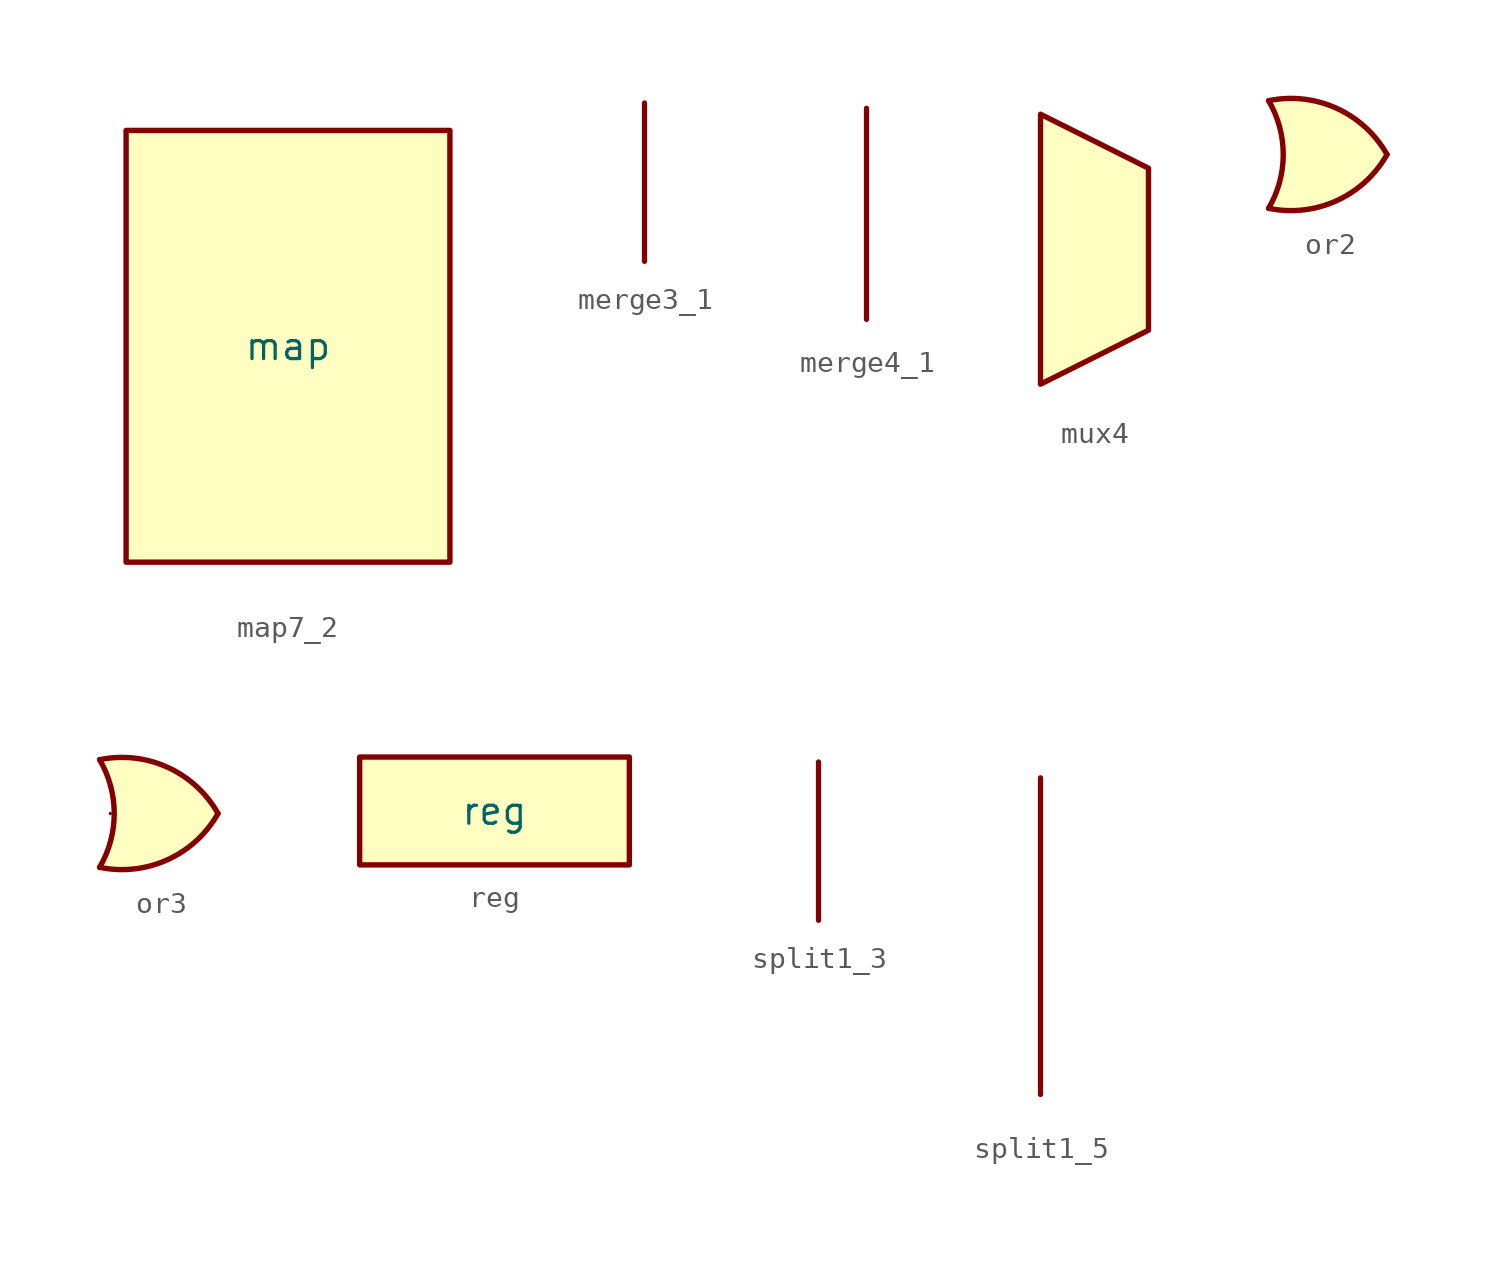
<source format=kicad_sym>
(kicad_symbol_lib
  (version 20231120)
  (generator "kicad_symbol_editor")
  (generator_version "8.0")
  (symbol "map7_2"
    (property "Reference" "U"
      (at 0 0 0)
      (effects (font (size 1.27 1.27)) (hide yes)))
    (property "Value" "map"
      (at 0 0 0)
      (do_not_autoplace)
      (effects (font (size 1.27 1.27))))
    (symbol "map7_2_1_1"
      (rectangle (start -7.62 10.16) (end 7.62 -10.16) (stroke (width 0.254) (type default)) (fill (type background)))
      (pin input line (at -7.62 -7.62 0) (length 0) (name "" (effects (font (size 1.27 1.27)))) (number "" (effects (font (size 1.27 1.27)))))
      (pin input line (at -7.62 -5.08 0) (length 0) (name "" (effects (font (size 1.27 1.27)))) (number "" (effects (font (size 1.27 1.27)))))
      (pin input line (at -7.62 -2.54 0) (length 0) (name "" (effects (font (size 1.27 1.27)))) (number "" (effects (font (size 1.27 1.27)))))
      (pin input line (at -7.62 0 0) (length 0) (name "" (effects (font (size 1.27 1.27)))) (number "" (effects (font (size 1.27 1.27)))))
      (pin input line (at -7.62 2.54 0) (length 0) (name "" (effects (font (size 1.27 1.27)))) (number "" (effects (font (size 1.27 1.27)))))
      (pin input line (at -7.62 5.08 0) (length 0) (name "" (effects (font (size 1.27 1.27)))) (number "" (effects (font (size 1.27 1.27)))))
      (pin input line (at -7.62 7.62 0) (length 0) (name "" (effects (font (size 1.27 1.27)))) (number "" (effects (font (size 1.27 1.27)))))
      (pin output line (at 7.62 -1.27 180) (length 0) (name "" (effects (font (size 1.27 1.27)))) (number "" (effects (font (size 1.27 1.27)))))
      (pin output line (at 7.62 1.27 180) (length 0) (name "" (effects (font (size 1.27 1.27)))) (number "" (effects (font (size 1.27 1.27)))))))
  (symbol "merge3_1"
    (property "Reference" "U"
      (at 0 0 0)
      (effects (font (size 1.27 1.27)) (hide yes)))
    (symbol "merge3_1_1_1"
      (rectangle (start 0 3.81) (end 0 -3.81) (stroke (width 0.254) (type default)) (fill (type background)))
      (pin input line (at 0 -2.54 0) (length 0) (name "" (effects (font (size 1.27 1.27)))) (number "" (effects (font (size 1.27 1.27)))))
      (pin output line (at 0 0 180) (length 0) (name "" (effects (font (size 1.27 1.27)))) (number "" (effects (font (size 1.27 1.27)))))
      (pin input line (at 0 0 0) (length 0) (name "" (effects (font (size 1.27 1.27)))) (number "" (effects (font (size 1.27 1.27)))))
      (pin input line (at 0 2.54 0) (length 0) (name "" (effects (font (size 1.27 1.27)))) (number "" (effects (font (size 1.27 1.27)))))))
  (symbol "merge4_1"
    (property "Reference" "U"
      (at 0 0 0)
      (effects (font (size 1.27 1.27)) (hide yes)))
    (symbol "merge4_1_1_1"
      (rectangle (start 0 5.08) (end 0 -5.08) (stroke (width 0.254) (type default)) (fill (type background)))
      (pin input line (at 0 -3.81 0) (length 0) (name "" (effects (font (size 1.27 1.27)))) (number "" (effects (font (size 1.27 1.27)))))
      (pin input line (at 0 -1.27 0) (length 0) (name "" (effects (font (size 1.27 1.27)))) (number "" (effects (font (size 1.27 1.27)))))
      (pin output line (at 0 0 180) (length 0) (name "" (effects (font (size 1.27 1.27)))) (number "" (effects (font (size 1.27 1.27)))))
      (pin input line (at 0 1.27 0) (length 0) (name "" (effects (font (size 1.27 1.27)))) (number "" (effects (font (size 1.27 1.27)))))
      (pin input line (at 0 3.81 0) (length 0) (name "" (effects (font (size 1.27 1.27)))) (number "" (effects (font (size 1.27 1.27)))))))
  (symbol "mux4"
    (property "Reference" "U"
      (at 0 5.842 0)
      (effects (font (size 1.27 1.27)) (hide yes)))
    (symbol "mux4_1_1"
      (polyline (pts (xy -2.54 6.35) (xy -2.54 -6.35) (xy 2.54 -3.81) (xy 2.54 3.81) (xy -2.54 6.35)) (stroke (width 0.254) (type default)) (fill (type background)))
      (pin input line (at -2.54 -3.81 0) (length 0) (name "" (effects (font (size 1.27 1.27)))) (number "" (effects (font (size 1.27 1.27)))))
      (pin input line (at -2.54 -1.27 0) (length 0) (name "" (effects (font (size 1.27 1.27)))) (number "" (effects (font (size 1.27 1.27)))))
      (pin input line (at -2.54 1.27 0) (length 0) (name "" (effects (font (size 1.27 1.27)))) (number "" (effects (font (size 1.27 1.27)))))
      (pin input line (at -2.54 3.81 0) (length 0) (name "" (effects (font (size 1.27 1.27)))) (number "" (effects (font (size 1.27 1.27)))))
      (pin input line (at 0 -5.08 90) (length 0) (name "" (effects (font (size 1.27 1.27)))) (number "" (effects (font (size 1.27 1.27)))))
      (pin output line (at 2.54 0 180) (length 0) (name "" (effects (font (size 1.27 1.27)))) (number "" (effects (font (size 1.27 1.27)))))))
  (symbol "or2"
    (property "Reference" "U"
      (at 0 0 0)
      (effects (font (size 1.27 1.27)) (hide yes)))
    (property "Value" ""
      (at 0 0 0)
      (effects (font (size 1.27 1.27))))
    (symbol "or2_1_1"
      (arc (start -3.048 -2.54) (mid -2.3571 0) (end -3.048 2.54) (stroke (width 0.254) (type default)) (fill (type none)))
      (arc (start -3.048 -2.54) (mid 0.1602 -2.1813) (end 2.54 0) (stroke (width 0.254) (type default)) (fill (type none)))
      (polyline (pts (xy -3.048 2.54) (xy -1.346 2.642) (xy 0.508 2.032) (xy 1.778 1.016) (xy 2.54 0) (xy 1.778 -1.016) (xy 0.508 -2.032) (xy -1.27 -2.642) (xy -3.048 -2.54) (xy -2.54 -1.524) (xy -2.286 0) (xy -2.54 1.524) (xy -3.048 2.54)) (stroke (width -0.0001) (type default)) (fill (type background)))
      (arc (start 2.54 0) (mid 0.1602 2.1813) (end -3.048 2.54) (stroke (width 0.254) (type default)) (fill (type none)))
      (pin input line (at -2.54 -1.27 0) (length 0) (name "" (effects (font (size 1.27 1.27)))) (number "" (effects (font (size 1.27 1.27)))))
      (pin input line (at -2.54 1.27 0) (length 0) (name "" (effects (font (size 1.27 1.27)))) (number "" (effects (font (size 1.27 1.27)))))
      (pin output line (at 2.54 0 180) (length 0) (name "" (effects (font (size 1.27 1.27)))) (number "" (effects (font (size 1.27 1.27)))))))
  (symbol "or3"
    (property "Reference" "U"
      (at 0 0 0)
      (effects (font (size 1.27 1.27)) (hide yes)))
    (property "Value" ""
      (at 0 0 0)
      (effects (font (size 1.27 1.27))))
    (symbol "or3_1_1"
      (arc (start -3.048 -2.54) (mid -2.3571 0) (end -3.048 2.54) (stroke (width 0.254) (type default)) (fill (type none)))
      (arc (start -3.048 -2.54) (mid 0.1602 -2.1813) (end 2.54 0) (stroke (width 0.254) (type default)) (fill (type none)))
      (polyline (pts (xy -3.048 2.54) (xy -1.346 2.642) (xy 0.508 2.032) (xy 1.778 1.016) (xy 2.54 0) (xy 1.778 -1.016) (xy 0.508 -2.032) (xy -1.27 -2.642) (xy -3.048 -2.54) (xy -2.54 -1.524) (xy -2.286 0) (xy -2.54 1.524) (xy -3.048 2.54)) (stroke (width -0.0001) (type default)) (fill (type background)))
      (arc (start 2.54 0) (mid 0.1602 2.1813) (end -3.048 2.54) (stroke (width 0.254) (type default)) (fill (type none)))
      (pin input line (at -2.54 -1.27 0) (length 0) (name "" (effects (font (size 1.27 1.27)))) (number "" (effects (font (size 1.27 1.27)))))
      (pin input line (at -2.54 0 0) (length 0) (name "" (effects (font (size 1.27 1.27)))) (number "" (effects (font (size 1.27 1.27)))))
      (pin input line (at -2.54 1.27 0) (length 0) (name "" (effects (font (size 1.27 1.27)))) (number "" (effects (font (size 1.27 1.27)))))
      (pin output line (at 2.54 0 180) (length 0) (name "" (effects (font (size 1.27 1.27)))) (number "" (effects (font (size 1.27 1.27)))))))
  (symbol "reg"
    (property "Reference" "U"
      (at 0 0 0)
      (effects (font (size 1.27 1.27)) (hide yes)))
    (property "Value" "reg"
      (at 0 0 0)
      (do_not_autoplace)
      (effects (font (size 1.27 1.27))))
    (symbol "reg_1_1"
      (rectangle (start -6.35 2.54) (end 6.35 -2.54) (stroke (width 0.254) (type default)) (fill (type background)))
      (pin input line (at -6.35 0 0) (length 0) (name "" (effects (font (size 1.27 1.27)))) (number "" (effects (font (size 1.27 1.27)))))
      (pin output line (at 6.35 0 180) (length 0) (name "" (effects (font (size 1.27 1.27)))) (number "" (effects (font (size 1.27 1.27)))))))
  (symbol "split1_3"
    (property "Reference" "U"
      (at 0 0 0)
      (effects (font (size 1.27 1.27)) (hide yes)))
    (symbol "split1_3_1_1"
      (rectangle (start 0 3.81) (end 0 -3.81) (stroke (width 0.254) (type default)) (fill (type background)))
      (pin output line (at 0 -2.54 180) (length 0) (name "" (effects (font (size 1.27 1.27)))) (number "" (effects (font (size 1.27 1.27)))))
      (pin output line (at 0 0 180) (length 0) (name "" (effects (font (size 1.27 1.27)))) (number "" (effects (font (size 1.27 1.27)))))
      (pin input line (at 0 0 0) (length 0) (name "" (effects (font (size 1.27 1.27)))) (number "" (effects (font (size 1.27 1.27)))))
      (pin output line (at 0 2.54 180) (length 0) (name "" (effects (font (size 1.27 1.27)))) (number "" (effects (font (size 1.27 1.27)))))))
  (symbol "split1_5"
    (property "Reference" "U"
      (at 0 0 0)
      (effects (font (size 1.27 1.27)) (hide yes)))
    (symbol "split1_5_1_1"
      (rectangle (start 0 7.62) (end 0 -7.62) (stroke (width 0.254) (type default)) (fill (type background)))
      (pin output line (at 0 -5.08 180) (length 0) (name "" (effects (font (size 1.27 1.27)))) (number "" (effects (font (size 1.27 1.27)))))
      (pin output line (at 0 -2.54 180) (length 0) (name "" (effects (font (size 1.27 1.27)))) (number "" (effects (font (size 1.27 1.27)))))
      (pin output line (at 0 0 180) (length 0) (name "" (effects (font (size 1.27 1.27)))) (number "" (effects (font (size 1.27 1.27)))))
      (pin input line (at 0 0 0) (length 0) (name "" (effects (font (size 1.27 1.27)))) (number "" (effects (font (size 1.27 1.27)))))
      (pin output line (at 0 2.54 180) (length 0) (name "" (effects (font (size 1.27 1.27)))) (number "" (effects (font (size 1.27 1.27)))))
      (pin output line (at 0 5.08 180) (length 0) (name "" (effects (font (size 1.27 1.27)))) (number "" (effects (font (size 1.27 1.27))))))))
</source>
